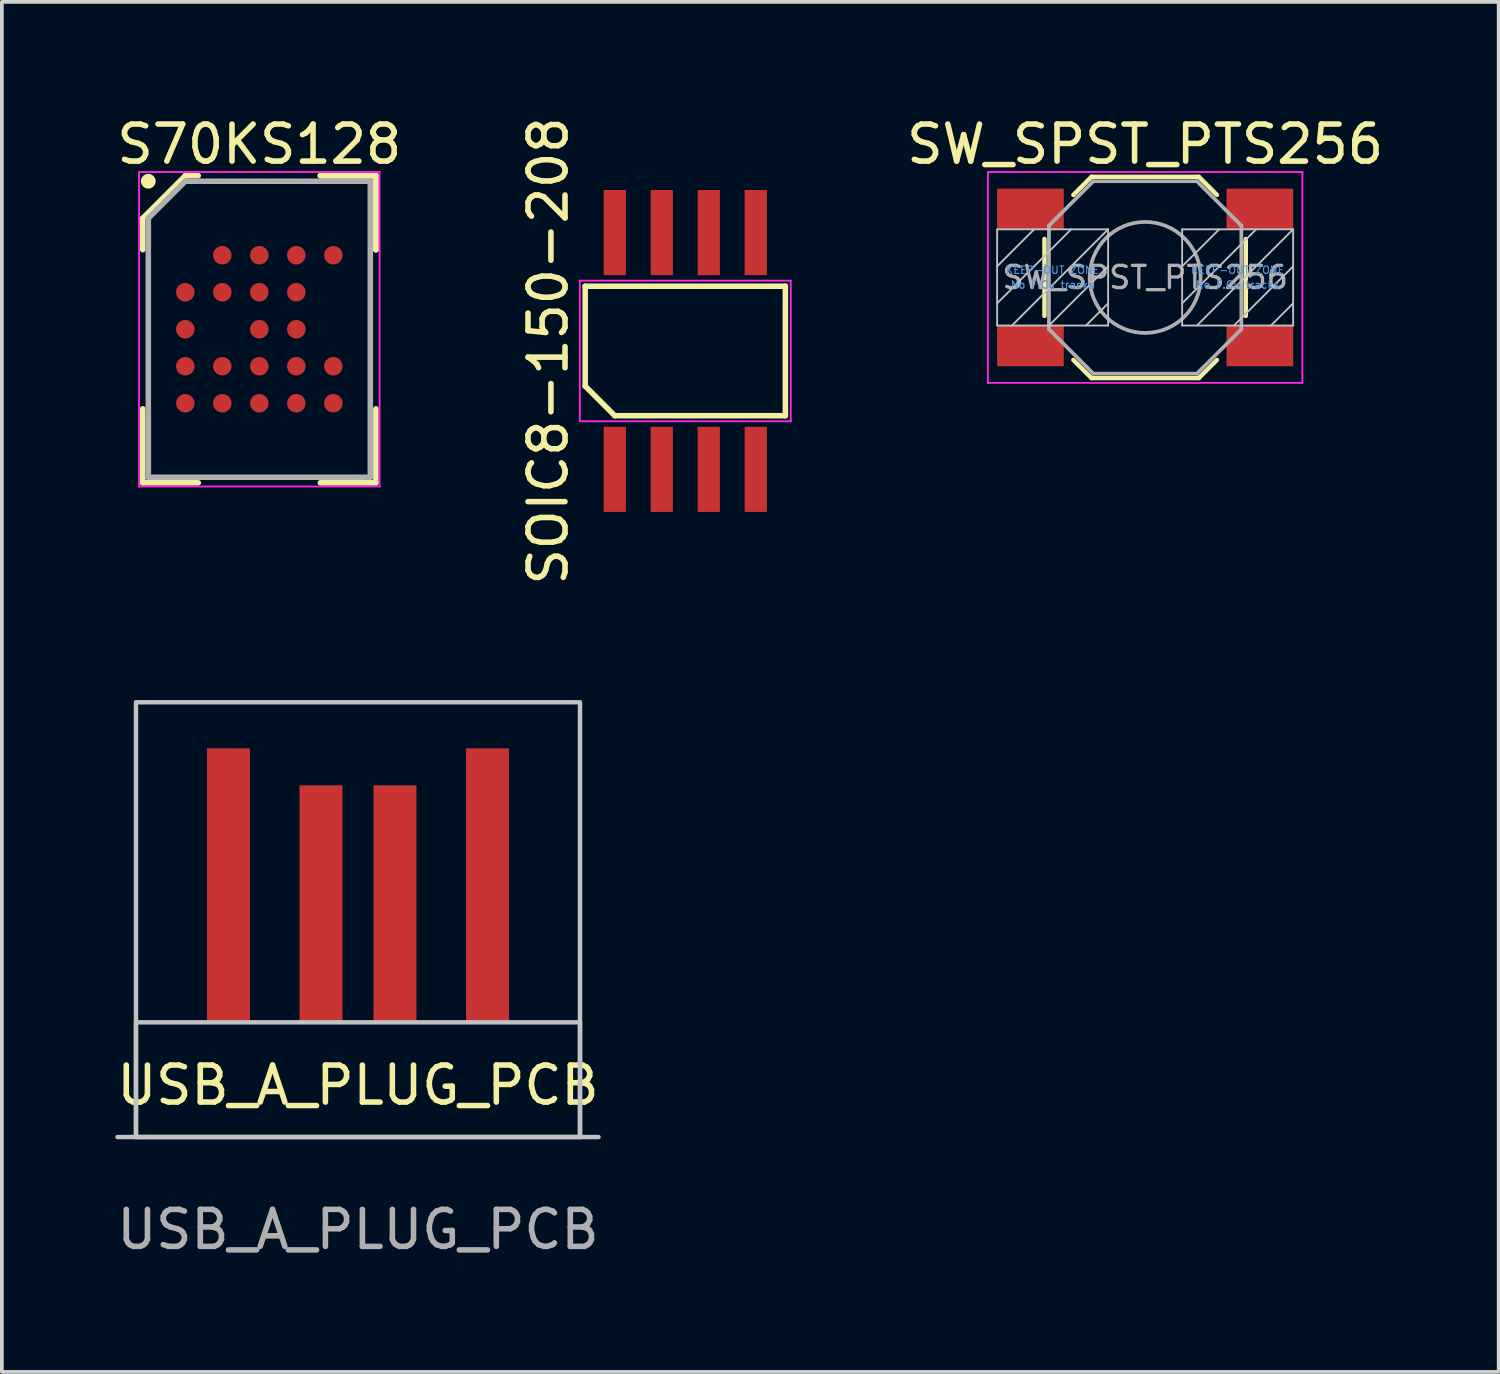
<source format=kicad_pcb>
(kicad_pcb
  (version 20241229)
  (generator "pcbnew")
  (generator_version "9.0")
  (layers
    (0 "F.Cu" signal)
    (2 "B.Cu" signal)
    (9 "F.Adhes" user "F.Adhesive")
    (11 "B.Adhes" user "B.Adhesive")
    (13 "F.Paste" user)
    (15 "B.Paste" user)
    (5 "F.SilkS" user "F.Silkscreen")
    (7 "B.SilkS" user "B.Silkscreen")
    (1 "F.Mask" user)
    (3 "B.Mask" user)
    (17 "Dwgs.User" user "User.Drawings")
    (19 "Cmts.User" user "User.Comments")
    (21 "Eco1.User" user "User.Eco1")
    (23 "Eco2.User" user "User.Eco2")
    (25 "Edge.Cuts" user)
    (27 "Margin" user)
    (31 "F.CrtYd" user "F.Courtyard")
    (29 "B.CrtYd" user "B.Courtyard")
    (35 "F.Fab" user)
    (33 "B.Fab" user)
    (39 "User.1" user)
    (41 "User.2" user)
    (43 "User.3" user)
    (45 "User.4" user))
  (footprint "SOIC8-150-208"
    (layer "F.Cu")
    (at 15.47 6.435)
    (property "Reference" "SOIC8-150-208" (at -3.705 0 90) (layer "F.SilkS") (effects (font (size 1 1) (thickness 0.15))))
    (attr smd)
    (fp_line (start -2.705 -1.75) (end 2.705 -1.75) (stroke (width 0.15) (type solid)) (layer "F.SilkS"))
    (fp_line (start -2.705 0.95) (end -2.705 -1.75) (stroke (width 0.15) (type solid)) (layer "F.SilkS"))
    (fp_line (start -1.905 1.75) (end -2.705 0.95) (stroke (width 0.15) (type solid)) (layer "F.SilkS"))
    (fp_line (start 2.705 -1.75) (end 2.705 1.75) (stroke (width 0.15) (type solid)) (layer "F.SilkS"))
    (fp_line (start 2.705 1.75) (end -1.905 1.75) (stroke (width 0.15) (type solid)) (layer "F.SilkS"))
    (fp_line (start -2.85 -1.9) (end 2.85 -1.9) (stroke (width 0.05) (type solid)) (layer "F.CrtYd"))
    (fp_line (start -2.85 1.9) (end -2.85 -1.9) (stroke (width 0.05) (type solid)) (layer "F.CrtYd"))
    (fp_line (start 2.85 -1.9) (end 2.85 1.9) (stroke (width 0.05) (type solid)) (layer "F.CrtYd"))
    (fp_line (start 2.85 1.9) (end -2.85 1.9) (stroke (width 0.05) (type solid)) (layer "F.CrtYd"))
    (pad "1" smd rect (at -1.905 3.2) (size 0.6 2.3) (layers "F.Cu" "F.Mask" "F.Paste"))
    (pad "2" smd rect (at -0.635 3.2) (size 0.6 2.3) (layers "F.Cu" "F.Mask" "F.Paste"))
    (pad "3" smd rect (at 0.635 3.2) (size 0.6 2.3) (layers "F.Cu" "F.Mask" "F.Paste"))
    (pad "4" smd rect (at 1.905 3.2) (size 0.6 2.3) (layers "F.Cu" "F.Mask" "F.Paste"))
    (pad "5" smd rect (at 1.905 -3.2) (size 0.6 2.3) (layers "F.Cu" "F.Mask" "F.Paste"))
    (pad "6" smd rect (at 0.635 -3.2) (size 0.6 2.3) (layers "F.Cu" "F.Mask" "F.Paste"))
    (pad "7" smd rect (at -0.635 -3.2) (size 0.6 2.3) (layers "F.Cu" "F.Mask" "F.Paste"))
    (pad "8" smd rect (at -1.905 -3.2) (size 0.6 2.3) (layers "F.Cu" "F.Mask" "F.Paste")))
  (footprint "USB_A_PLUG_PCB"
    (layer "F.Cu")
    (at 6.625 27.679)
    (property "Reference" "USB_A_PLUG_PCB" (at 0 -1.4 0) (unlocked yes) (layer "F.SilkS") (effects (font (size 1 1) (thickness 0.15))))
    (fp_line (start -6 0) (end -6.5 0) (stroke (width 0.12) (type solid)) (layer "Dwgs.User"))
    (fp_line (start 6 0) (end 6.5 0) (stroke (width 0.12) (type solid)) (layer "Dwgs.User"))
    (fp_rect (start -6 -3.1) (end 6 0) (stroke (width 0.12) (type solid)) (fill no) (layer "Dwgs.User"))
    (fp_rect (start -6 0) (end 6 -11.75) (stroke (width 0.12) (type solid)) (fill no) (layer "Dwgs.User"))
    (fp_text user "${REFERENCE}" (at 0 2.5 0) (unlocked yes) (layer "F.Fab") (effects (font (size 1 1) (thickness 0.15))))
    (pad "1" smd rect (at -3.5 -6.8) (size 1.16 7.41) (layers "F.Cu" "F.Mask"))
    (pad "2" smd rect (at -1 -6.3) (size 1.16 6.41) (layers "F.Cu" "F.Mask"))
    (pad "3" smd rect (at 1 -6.3) (size 1.16 6.41) (layers "F.Cu" "F.Mask"))
    (pad "4" smd rect (at 3.5 -6.8) (size 1.16 7.41) (layers "F.Cu" "F.Mask")))
  (footprint "S70KS128"
    (layer "F.Cu")
    (at 3.958 5.848)
    (property "Reference" "S70KS128" (at 0 -5 0) (layer "F.SilkS") (effects (font (size 1 1) (thickness 0.15))))
    (attr smd)
    (fp_line (start -3.15 -3) (end -3.15 -2.15) (stroke (width 0.15) (type solid)) (layer "F.SilkS"))
    (fp_line (start -3.15 4.15) (end -3.15 2.15) (stroke (width 0.15) (type solid)) (layer "F.SilkS"))
    (fp_line (start -2 -4.15) (end -3.15 -3) (stroke (width 0.15) (type solid)) (layer "F.SilkS"))
    (fp_line (start -1.65 -4.15) (end -2 -4.15) (stroke (width 0.15) (type solid)) (layer "F.SilkS"))
    (fp_line (start -1.65 4.15) (end -3.15 4.15) (stroke (width 0.15) (type solid)) (layer "F.SilkS"))
    (fp_line (start 1.65 -4.15) (end 3.15 -4.15) (stroke (width 0.15) (type solid)) (layer "F.SilkS"))
    (fp_line (start 1.65 -4.15) (end 3.15 -4.15) (stroke (width 0.15) (type solid)) (layer "F.SilkS"))
    (fp_line (start 1.65 -4.15) (end 3.15 -4.15) (stroke (width 0.15) (type solid)) (layer "F.SilkS"))
    (fp_line (start 1.65 4.15) (end 3.15 4.15) (stroke (width 0.15) (type solid)) (layer "F.SilkS"))
    (fp_line (start 3.15 -4.15) (end 3.15 -2.15) (stroke (width 0.15) (type solid)) (layer "F.SilkS"))
    (fp_line (start 3.15 -4.15) (end 3.15 -2.15) (stroke (width 0.15) (type solid)) (layer "F.SilkS"))
    (fp_line (start 3.15 -4.15) (end 3.15 -2.15) (stroke (width 0.15) (type solid)) (layer "F.SilkS"))
    (fp_line (start 3.15 4.15) (end 3.15 2.15) (stroke (width 0.15) (type solid)) (layer "F.SilkS"))
    (fp_circle (center -3 -4) (end -3 -3.9) (stroke (width 0.2) (type solid)) (fill no) (layer "F.SilkS"))
    (fp_line (start -3.25 -4.25) (end 3.25 -4.25) (stroke (width 0.05) (type solid)) (layer "F.CrtYd"))
    (fp_line (start -3.25 4.25) (end -3.25 -4.25) (stroke (width 0.05) (type solid)) (layer "F.CrtYd"))
    (fp_line (start 3.25 -4.25) (end 3.25 4.25) (stroke (width 0.05) (type solid)) (layer "F.CrtYd"))
    (fp_line (start 3.25 4.25) (end -3.25 4.25) (stroke (width 0.05) (type solid)) (layer "F.CrtYd"))
    (fp_line (start -3 -3) (end -3 4) (stroke (width 0.15) (type solid)) (layer "F.Fab"))
    (fp_line (start -3 4) (end 3 4) (stroke (width 0.15) (type solid)) (layer "F.Fab"))
    (fp_line (start -2 -4) (end -3 -3) (stroke (width 0.15) (type solid)) (layer "F.Fab"))
    (fp_line (start 3 -4) (end -2 -4) (stroke (width 0.15) (type solid)) (layer "F.Fab"))
    (fp_line (start 3 4) (end 3 -4) (stroke (width 0.15) (type solid)) (layer "F.Fab"))
    (pad "A2" smd circle (at -1 -2) (size 0.5 0.5) (layers "F.Cu" "F.Mask" "F.Paste"))
    (pad "A3" smd circle (at 0 -2) (size 0.5 0.5) (layers "F.Cu" "F.Mask" "F.Paste"))
    (pad "A4" smd circle (at 1 -2) (size 0.5 0.5) (layers "F.Cu" "F.Mask" "F.Paste"))
    (pad "A5" smd circle (at 2 -2) (size 0.5 0.5) (layers "F.Cu" "F.Mask" "F.Paste"))
    (pad "B1" smd circle (at -2 -1) (size 0.5 0.5) (layers "F.Cu" "F.Mask" "F.Paste"))
    (pad "B2" smd circle (at -1 -1) (size 0.5 0.5) (layers "F.Cu" "F.Mask" "F.Paste"))
    (pad "B3" smd circle (at 0 -1) (size 0.5 0.5) (layers "F.Cu" "F.Mask" "F.Paste"))
    (pad "B4" smd circle (at 1 -1) (size 0.5 0.5) (layers "F.Cu" "F.Mask" "F.Paste"))
    (pad "C1" smd circle (at -2 0) (size 0.5 0.5) (layers "F.Cu" "F.Mask" "F.Paste"))
    (pad "C3" smd circle (at 0 0) (size 0.5 0.5) (layers "F.Cu" "F.Mask" "F.Paste"))
    (pad "C4" smd circle (at 1 0) (size 0.5 0.5) (layers "F.Cu" "F.Mask" "F.Paste"))
    (pad "D1" smd circle (at -2 1) (size 0.5 0.5) (layers "F.Cu" "F.Mask" "F.Paste"))
    (pad "D2" smd circle (at -1 1) (size 0.5 0.5) (layers "F.Cu" "F.Mask" "F.Paste"))
    (pad "D3" smd circle (at 0 1) (size 0.5 0.5) (layers "F.Cu" "F.Mask" "F.Paste"))
    (pad "D4" smd circle (at 1 1) (size 0.5 0.5) (layers "F.Cu" "F.Mask" "F.Paste"))
    (pad "D5" smd circle (at 2 1) (size 0.5 0.5) (layers "F.Cu" "F.Mask" "F.Paste"))
    (pad "E1" smd circle (at -2 2) (size 0.5 0.5) (layers "F.Cu" "F.Mask" "F.Paste"))
    (pad "E2" smd circle (at -1 2) (size 0.5 0.5) (layers "F.Cu" "F.Mask" "F.Paste"))
    (pad "E3" smd circle (at 0 2) (size 0.5 0.5) (layers "F.Cu" "F.Mask" "F.Paste"))
    (pad "E4" smd circle (at 1 2) (size 0.5 0.5) (layers "F.Cu" "F.Mask" "F.Paste"))
    (pad "E5" smd circle (at 2 2) (size 0.5 0.5) (layers "F.Cu" "F.Mask" "F.Paste")))
  (footprint "SW_SPST_PTS256"
    (layer "F.Cu")
    (at 27.898 4.448)
    (property "Reference" "SW_SPST_PTS256" (at 0 -3.6 0) (layer "F.SilkS") (effects (font (size 1 1) (thickness 0.15))))
    (attr smd)
    (fp_line (start -2.72 1.04) (end -2.72 -1.04) (stroke (width 0.12) (type solid)) (layer "F.SilkS"))
    (fp_line (start -1.45 -2.72) (end -1.94 -2.23) (stroke (width 0.12) (type solid)) (layer "F.SilkS"))
    (fp_line (start -1.45 -2.72) (end 1.45 -2.72) (stroke (width 0.12) (type solid)) (layer "F.SilkS"))
    (fp_line (start -1.45 2.72) (end -1.94 2.23) (stroke (width 0.12) (type solid)) (layer "F.SilkS"))
    (fp_line (start -1.45 2.72) (end 1.45 2.72) (stroke (width 0.12) (type solid)) (layer "F.SilkS"))
    (fp_line (start 1.45 -2.72) (end 1.94 -2.23) (stroke (width 0.12) (type solid)) (layer "F.SilkS"))
    (fp_line (start 1.45 2.72) (end 1.94 2.23) (stroke (width 0.12) (type solid)) (layer "F.SilkS"))
    (fp_line (start 2.72 1.04) (end 2.72 -1.04) (stroke (width 0.12) (type solid)) (layer "F.SilkS"))
    (fp_line (start -4 -1.3) (end -1 -1.3) (stroke (width 0.05) (type solid)) (layer "Dwgs.User"))
    (fp_line (start -4 -0.3) (end -3 -1.3) (stroke (width 0.05) (type solid)) (layer "Dwgs.User"))
    (fp_line (start -4 0.7) (end -2 -1.3) (stroke (width 0.05) (type solid)) (layer "Dwgs.User"))
    (fp_line (start -4 1.3) (end -4 -1.3) (stroke (width 0.05) (type solid)) (layer "Dwgs.User"))
    (fp_line (start -2.6 1.3) (end -1 -0.3) (stroke (width 0.05) (type solid)) (layer "Dwgs.User"))
    (fp_line (start -1 -1.3) (end -3.6 1.3) (stroke (width 0.05) (type solid)) (layer "Dwgs.User"))
    (fp_line (start -1 -1.3) (end -1 1.3) (stroke (width 0.05) (type solid)) (layer "Dwgs.User"))
    (fp_line (start -1 0.7) (end -1.6 1.3) (stroke (width 0.05) (type solid)) (layer "Dwgs.User"))
    (fp_line (start -1 1.3) (end -4 1.3) (stroke (width 0.05) (type solid)) (layer "Dwgs.User"))
    (fp_line (start 1 -1.3) (end 4 -1.3) (stroke (width 0.05) (type solid)) (layer "Dwgs.User"))
    (fp_line (start 1 -0.3) (end 2 -1.3) (stroke (width 0.05) (type solid)) (layer "Dwgs.User"))
    (fp_line (start 1 0.7) (end 3 -1.3) (stroke (width 0.05) (type solid)) (layer "Dwgs.User"))
    (fp_line (start 1 1.3) (end 1 -1.3) (stroke (width 0.05) (type solid)) (layer "Dwgs.User"))
    (fp_line (start 2.4 1.3) (end 4 -0.3) (stroke (width 0.05) (type solid)) (layer "Dwgs.User"))
    (fp_line (start 4 -1.3) (end 1.4 1.3) (stroke (width 0.05) (type solid)) (layer "Dwgs.User"))
    (fp_line (start 4 -1.3) (end 4 1.3) (stroke (width 0.05) (type solid)) (layer "Dwgs.User"))
    (fp_line (start 4 0.7) (end 3.4 1.3) (stroke (width 0.05) (type solid)) (layer "Dwgs.User"))
    (fp_line (start 4 1.3) (end 1 1.3) (stroke (width 0.05) (type solid)) (layer "Dwgs.User"))
    (fp_line (start -4.25 -2.85) (end -4.25 2.85) (stroke (width 0.05) (type solid)) (layer "F.CrtYd"))
    (fp_line (start -4.25 2.85) (end 4.25 2.85) (stroke (width 0.05) (type solid)) (layer "F.CrtYd"))
    (fp_line (start 4.25 -2.85) (end -4.25 -2.85) (stroke (width 0.05) (type solid)) (layer "F.CrtYd"))
    (fp_line (start 4.25 2.85) (end 4.25 -2.85) (stroke (width 0.05) (type solid)) (layer "F.CrtYd"))
    (fp_line (start -2.6 -1.4) (end -1.4 -2.6) (stroke (width 0.1) (type solid)) (layer "F.Fab"))
    (fp_line (start -2.6 1.4) (end -2.6 -1.4) (stroke (width 0.1) (type solid)) (layer "F.Fab"))
    (fp_line (start -1.4 -2.6) (end 1.4 -2.6) (stroke (width 0.1) (type solid)) (layer "F.Fab"))
    (fp_line (start -1.4 2.6) (end -2.6 1.4) (stroke (width 0.1) (type solid)) (layer "F.Fab"))
    (fp_line (start 1.4 -2.6) (end 2.6 -1.4) (stroke (width 0.1) (type solid)) (layer "F.Fab"))
    (fp_line (start 1.4 2.6) (end -1.4 2.6) (stroke (width 0.1) (type solid)) (layer "F.Fab"))
    (fp_line (start 2.6 -1.4) (end 2.6 1.4) (stroke (width 0.1) (type solid)) (layer "F.Fab"))
    (fp_line (start 2.6 1.4) (end 1.4 2.6) (stroke (width 0.1) (type solid)) (layer "F.Fab"))
    (fp_circle (center 0 0) (end 1.5 0) (stroke (width 0.1) (type solid)) (fill no) (layer "F.Fab"))
    (fp_text user "KEEP-OUT ZONE" (at 2.5 -0.2 0) (layer "Cmts.User") (effects (font (size 0.2 0.2) (thickness 0.03))))
    (fp_text user "No F.Cu tracks" (at -2.5 0.2 0) (layer "Cmts.User") (effects (font (size 0.2 0.2) (thickness 0.03))))
    (fp_text user "KEEP-OUT ZONE" (at -2.5 -0.2 0) (layer "Cmts.User") (effects (font (size 0.2 0.2) (thickness 0.03))))
    (fp_text user "No F.Cu tracks" (at 2.5 0.2 0) (layer "Cmts.User") (effects (font (size 0.2 0.2) (thickness 0.03))))
    (fp_text user "${REFERENCE}" (at 0 0 0) (layer "F.Fab") (effects (font (size 0.6 0.6) (thickness 0.09))))
    (pad "1" smd rect (at -3.1 -1.85) (size 1.8 1.1) (layers "F.Cu" "F.Mask" "F.Paste"))
    (pad "1" smd rect (at 3.1 -1.85) (size 1.8 1.1) (layers "F.Cu" "F.Mask" "F.Paste"))
    (pad "2" smd rect (at 3.1 1.85) (size 1.8 1.1) (layers "F.Cu" "F.Mask" "F.Paste"))
    (pad "~" smd rect (at -3.1 1.85) (size 1.8 1.1) (layers "F.Cu" "F.Mask" "F.Paste")))
  (gr_rect
    (start -3 -3)
    (end 37.452 34.027)
    (stroke (width 0.1) (type default))
    (fill no)
    (layer "Edge.Cuts")))
</source>
